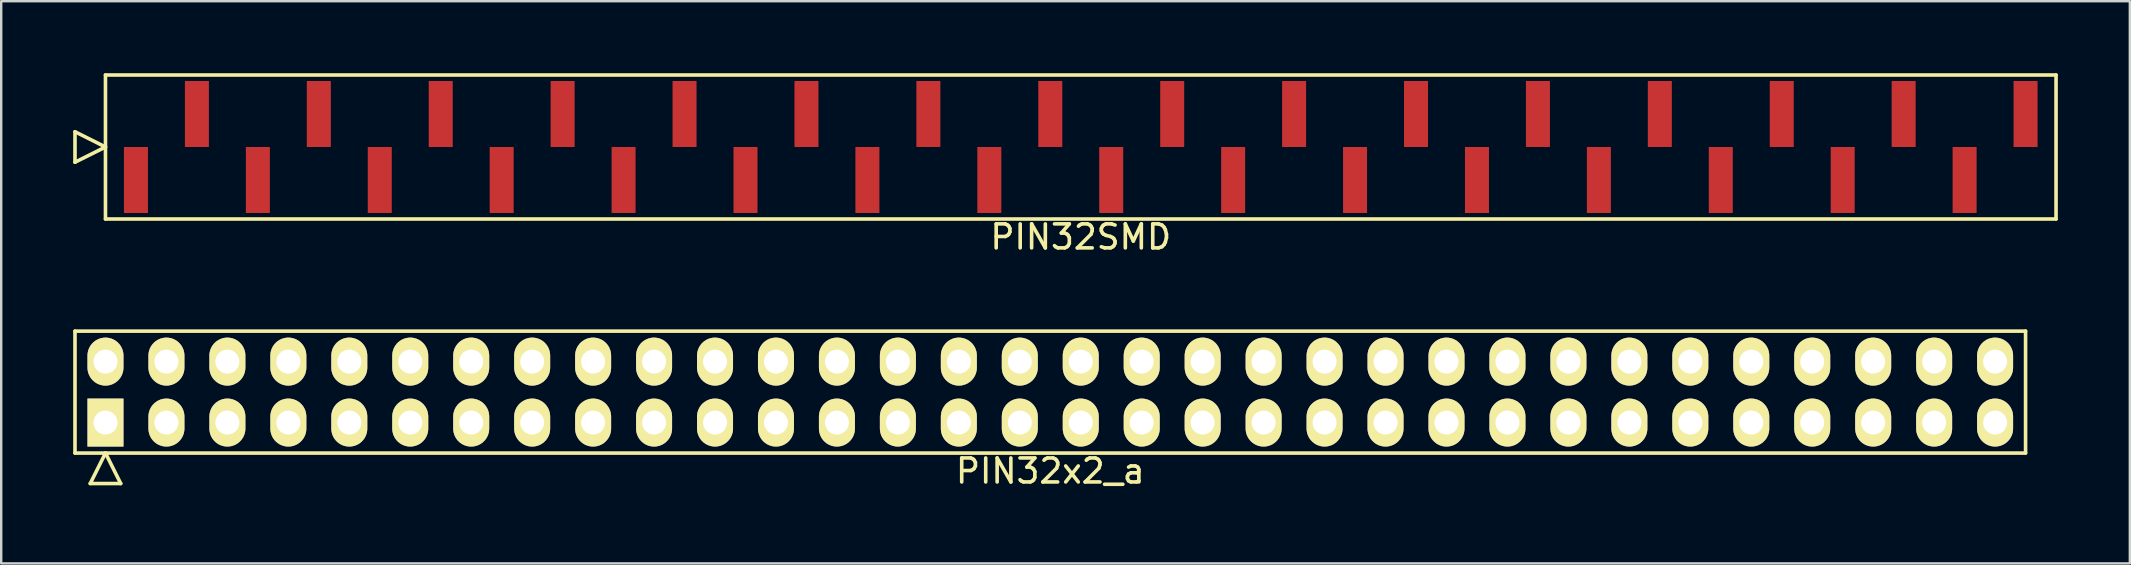
<source format=kicad_pcb>
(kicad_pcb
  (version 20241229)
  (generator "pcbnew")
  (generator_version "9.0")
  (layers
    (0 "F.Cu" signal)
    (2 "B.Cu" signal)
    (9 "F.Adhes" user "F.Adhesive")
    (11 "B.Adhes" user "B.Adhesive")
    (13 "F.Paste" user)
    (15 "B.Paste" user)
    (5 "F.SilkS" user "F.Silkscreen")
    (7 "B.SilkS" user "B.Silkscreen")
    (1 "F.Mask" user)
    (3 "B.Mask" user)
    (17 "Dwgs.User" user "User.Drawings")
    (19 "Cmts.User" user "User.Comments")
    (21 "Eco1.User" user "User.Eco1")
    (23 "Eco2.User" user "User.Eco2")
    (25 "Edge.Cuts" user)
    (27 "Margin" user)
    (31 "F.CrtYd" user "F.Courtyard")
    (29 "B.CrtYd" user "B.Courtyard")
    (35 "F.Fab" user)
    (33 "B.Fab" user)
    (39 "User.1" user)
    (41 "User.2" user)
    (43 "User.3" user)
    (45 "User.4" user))
  (footprint "PIN32SMD"
    (layer "F.Cu")
    (at 41.985 3.075)
    (property "Reference" "PIN32SMD" (at 0 3.75 0) (layer "F.SilkS") (effects (font (size 1 1) (thickness 0.15))))
    (attr through_hole)
    (fp_line (start -41.91 0.635) (end -41.91 -0.635) (stroke (width 0.15) (type solid)) (layer "F.SilkS"))
    (fp_line (start -40.64 -3) (end -40.64 3) (stroke (width 0.15) (type solid)) (layer "F.SilkS"))
    (fp_line (start -40.64 0) (end -41.91 -0.635) (stroke (width 0.15) (type solid)) (layer "F.SilkS"))
    (fp_line (start -40.64 0) (end -41.91 0.635) (stroke (width 0.15) (type solid)) (layer "F.SilkS"))
    (fp_line (start -40.64 3) (end 40.64 3) (stroke (width 0.15) (type solid)) (layer "F.SilkS"))
    (fp_line (start 40.64 -3) (end -40.64 -3) (stroke (width 0.15) (type solid)) (layer "F.SilkS"))
    (fp_line (start 40.64 3) (end 40.64 -3) (stroke (width 0.15) (type solid)) (layer "F.SilkS"))
    (pad "1" smd rect (at -39.37 1.375) (size 1 2.75) (layers "F.Cu" "F.Mask" "F.Paste"))
    (pad "2" smd rect (at -36.83 -1.375) (size 1 2.75) (layers "F.Cu" "F.Mask" "F.Paste"))
    (pad "3" smd rect (at -34.29 1.375) (size 1 2.75) (layers "F.Cu" "F.Mask" "F.Paste"))
    (pad "4" smd rect (at -31.75 -1.375) (size 1 2.75) (layers "F.Cu" "F.Mask" "F.Paste"))
    (pad "5" smd rect (at -29.21 1.375) (size 1 2.75) (layers "F.Cu" "F.Mask" "F.Paste"))
    (pad "6" smd rect (at -26.67 -1.375) (size 1 2.75) (layers "F.Cu" "F.Mask" "F.Paste"))
    (pad "7" smd rect (at -24.13 1.375) (size 1 2.75) (layers "F.Cu" "F.Mask" "F.Paste"))
    (pad "8" smd rect (at -21.59 -1.375) (size 1 2.75) (layers "F.Cu" "F.Mask" "F.Paste"))
    (pad "9" smd rect (at -19.05 1.375) (size 1 2.75) (layers "F.Cu" "F.Mask" "F.Paste"))
    (pad "10" smd rect (at -16.51 -1.375) (size 1 2.75) (layers "F.Cu" "F.Mask" "F.Paste"))
    (pad "11" smd rect (at -13.97 1.375) (size 1 2.75) (layers "F.Cu" "F.Mask" "F.Paste"))
    (pad "12" smd rect (at -11.43 -1.375) (size 1 2.75) (layers "F.Cu" "F.Mask" "F.Paste"))
    (pad "13" smd rect (at -8.89 1.375) (size 1 2.75) (layers "F.Cu" "F.Mask" "F.Paste"))
    (pad "14" smd rect (at -6.35 -1.375) (size 1 2.75) (layers "F.Cu" "F.Mask" "F.Paste"))
    (pad "15" smd rect (at -3.81 1.375) (size 1 2.75) (layers "F.Cu" "F.Mask" "F.Paste"))
    (pad "16" smd rect (at -1.27 -1.375) (size 1 2.75) (layers "F.Cu" "F.Mask" "F.Paste"))
    (pad "17" smd rect (at 1.27 1.375) (size 1 2.75) (layers "F.Cu" "F.Mask" "F.Paste"))
    (pad "18" smd rect (at 3.81 -1.375) (size 1 2.75) (layers "F.Cu" "F.Mask" "F.Paste"))
    (pad "19" smd rect (at 6.35 1.375) (size 1 2.75) (layers "F.Cu" "F.Mask" "F.Paste"))
    (pad "20" smd rect (at 8.89 -1.375) (size 1 2.75) (layers "F.Cu" "F.Mask" "F.Paste"))
    (pad "21" smd rect (at 11.43 1.375) (size 1 2.75) (layers "F.Cu" "F.Mask" "F.Paste"))
    (pad "22" smd rect (at 13.97 -1.375) (size 1 2.75) (layers "F.Cu" "F.Mask" "F.Paste"))
    (pad "23" smd rect (at 16.51 1.375) (size 1 2.75) (layers "F.Cu" "F.Mask" "F.Paste"))
    (pad "24" smd rect (at 19.05 -1.375) (size 1 2.75) (layers "F.Cu" "F.Mask" "F.Paste"))
    (pad "25" smd rect (at 21.59 1.375) (size 1 2.75) (layers "F.Cu" "F.Mask" "F.Paste"))
    (pad "26" smd rect (at 24.13 -1.375) (size 1 2.75) (layers "F.Cu" "F.Mask" "F.Paste"))
    (pad "27" smd rect (at 26.67 1.375) (size 1 2.75) (layers "F.Cu" "F.Mask" "F.Paste"))
    (pad "28" smd rect (at 29.21 -1.375) (size 1 2.75) (layers "F.Cu" "F.Mask" "F.Paste"))
    (pad "29" smd rect (at 31.75 1.375) (size 1 2.75) (layers "F.Cu" "F.Mask" "F.Paste"))
    (pad "30" smd rect (at 34.29 -1.375) (size 1 2.75) (layers "F.Cu" "F.Mask" "F.Paste"))
    (pad "31" smd rect (at 36.83 1.375) (size 1 2.75) (layers "F.Cu" "F.Mask" "F.Paste"))
    (pad "32" smd rect (at 39.37 -1.375) (size 1 2.75) (layers "F.Cu" "F.Mask" "F.Paste")))
  (footprint "PIN32x2_a"
    (layer "F.Cu")
    (at 40.715 13.288)
    (property "Reference" "PIN32x2_a" (at 0 3.29 0) (layer "F.SilkS") (effects (font (size 1 1) (thickness 0.15))))
    (attr through_hole)
    (fp_line (start -40.64 -2.54) (end -40.64 2.54) (stroke (width 0.15) (type solid)) (layer "F.SilkS"))
    (fp_line (start -40.64 2.54) (end 40.64 2.54) (stroke (width 0.15) (type solid)) (layer "F.SilkS"))
    (fp_line (start -40.005 3.81) (end -39.37 2.54) (stroke (width 0.15) (type solid)) (layer "F.SilkS"))
    (fp_line (start -40.005 3.81) (end -38.735 3.81) (stroke (width 0.15) (type solid)) (layer "F.SilkS"))
    (fp_line (start -38.735 3.81) (end -39.37 2.54) (stroke (width 0.15) (type solid)) (layer "F.SilkS"))
    (fp_line (start 40.64 -2.54) (end -40.64 -2.54) (stroke (width 0.15) (type solid)) (layer "F.SilkS"))
    (fp_line (start 40.64 2.54) (end 40.64 -2.54) (stroke (width 0.15) (type solid)) (layer "F.SilkS"))
    (pad "1" thru_hole rect (at -39.37 1.27) (size 1.5 2) (drill 1) (layers "*.Cu" "*.Mask" "F.SilkS"))
    (pad "2" thru_hole oval (at -39.37 -1.27) (size 1.5 2) (drill 1) (layers "*.Cu" "*.Mask" "F.SilkS"))
    (pad "3" thru_hole oval (at -36.83 1.27) (size 1.5 2) (drill 1) (layers "*.Cu" "*.Mask" "F.SilkS"))
    (pad "4" thru_hole oval (at -36.83 -1.27) (size 1.5 2) (drill 1) (layers "*.Cu" "*.Mask" "F.SilkS"))
    (pad "5" thru_hole oval (at -34.29 1.27) (size 1.5 2) (drill 1) (layers "*.Cu" "*.Mask" "F.SilkS"))
    (pad "6" thru_hole oval (at -34.29 -1.27) (size 1.5 2) (drill 1) (layers "*.Cu" "*.Mask" "F.SilkS"))
    (pad "7" thru_hole oval (at -31.75 1.27) (size 1.5 2) (drill 1) (layers "*.Cu" "*.Mask" "F.SilkS"))
    (pad "8" thru_hole oval (at -31.75 -1.27) (size 1.5 2) (drill 1) (layers "*.Cu" "*.Mask" "F.SilkS"))
    (pad "9" thru_hole oval (at -29.21 1.27) (size 1.5 2) (drill 1) (layers "*.Cu" "*.Mask" "F.SilkS"))
    (pad "10" thru_hole oval (at -29.21 -1.27) (size 1.5 2) (drill 1) (layers "*.Cu" "*.Mask" "F.SilkS"))
    (pad "11" thru_hole oval (at -26.67 1.27) (size 1.5 2) (drill 1) (layers "*.Cu" "*.Mask" "F.SilkS"))
    (pad "12" thru_hole oval (at -26.67 -1.27) (size 1.5 2) (drill 1) (layers "*.Cu" "*.Mask" "F.SilkS"))
    (pad "13" thru_hole oval (at -24.13 1.27) (size 1.5 2) (drill 1) (layers "*.Cu" "*.Mask" "F.SilkS"))
    (pad "14" thru_hole oval (at -24.13 -1.27) (size 1.5 2) (drill 1) (layers "*.Cu" "*.Mask" "F.SilkS"))
    (pad "15" thru_hole oval (at -21.59 1.27) (size 1.5 2) (drill 1) (layers "*.Cu" "*.Mask" "F.SilkS"))
    (pad "16" thru_hole oval (at -21.59 -1.27) (size 1.5 2) (drill 1) (layers "*.Cu" "*.Mask" "F.SilkS"))
    (pad "17" thru_hole oval (at -19.05 1.27) (size 1.5 2) (drill 1) (layers "*.Cu" "*.Mask" "F.SilkS"))
    (pad "18" thru_hole oval (at -19.05 -1.27) (size 1.5 2) (drill 1) (layers "*.Cu" "*.Mask" "F.SilkS"))
    (pad "19" thru_hole oval (at -16.51 1.27) (size 1.5 2) (drill 1) (layers "*.Cu" "*.Mask" "F.SilkS"))
    (pad "20" thru_hole oval (at -16.51 -1.27) (size 1.5 2) (drill 1) (layers "*.Cu" "*.Mask" "F.SilkS"))
    (pad "21" thru_hole oval (at -13.97 1.27) (size 1.5 2) (drill 1) (layers "*.Cu" "*.Mask" "F.SilkS"))
    (pad "22" thru_hole oval (at -13.97 -1.27) (size 1.5 2) (drill 1) (layers "*.Cu" "*.Mask" "F.SilkS"))
    (pad "23" thru_hole oval (at -11.43 1.27) (size 1.5 2) (drill 1) (layers "*.Cu" "*.Mask" "F.SilkS"))
    (pad "24" thru_hole oval (at -11.43 -1.27) (size 1.5 2) (drill 1) (layers "*.Cu" "*.Mask" "F.SilkS"))
    (pad "25" thru_hole oval (at -8.89 1.27) (size 1.5 2) (drill 1) (layers "*.Cu" "*.Mask" "F.SilkS"))
    (pad "26" thru_hole oval (at -8.89 -1.27) (size 1.5 2) (drill 1) (layers "*.Cu" "*.Mask" "F.SilkS"))
    (pad "27" thru_hole oval (at -6.35 1.27) (size 1.5 2) (drill 1) (layers "*.Cu" "*.Mask" "F.SilkS"))
    (pad "28" thru_hole oval (at -6.35 -1.27) (size 1.5 2) (drill 1) (layers "*.Cu" "*.Mask" "F.SilkS"))
    (pad "29" thru_hole oval (at -3.81 1.27) (size 1.5 2) (drill 1) (layers "*.Cu" "*.Mask" "F.SilkS"))
    (pad "30" thru_hole oval (at -3.81 -1.27) (size 1.5 2) (drill 1) (layers "*.Cu" "*.Mask" "F.SilkS"))
    (pad "31" thru_hole oval (at -1.27 1.27) (size 1.5 2) (drill 1) (layers "*.Cu" "*.Mask" "F.SilkS"))
    (pad "32" thru_hole oval (at -1.27 -1.27) (size 1.5 2) (drill 1) (layers "*.Cu" "*.Mask" "F.SilkS"))
    (pad "33" thru_hole oval (at 1.27 1.27) (size 1.5 2) (drill 1) (layers "*.Cu" "*.Mask" "F.SilkS"))
    (pad "34" thru_hole oval (at 1.27 -1.27) (size 1.5 2) (drill 1) (layers "*.Cu" "*.Mask" "F.SilkS"))
    (pad "35" thru_hole oval (at 3.81 1.27) (size 1.5 2) (drill 1) (layers "*.Cu" "*.Mask" "F.SilkS"))
    (pad "36" thru_hole oval (at 3.81 -1.27) (size 1.5 2) (drill 1) (layers "*.Cu" "*.Mask" "F.SilkS"))
    (pad "37" thru_hole oval (at 6.35 1.27) (size 1.5 2) (drill 1) (layers "*.Cu" "*.Mask" "F.SilkS"))
    (pad "38" thru_hole oval (at 6.35 -1.27) (size 1.5 2) (drill 1) (layers "*.Cu" "*.Mask" "F.SilkS"))
    (pad "39" thru_hole oval (at 8.89 1.27) (size 1.5 2) (drill 1) (layers "*.Cu" "*.Mask" "F.SilkS"))
    (pad "40" thru_hole oval (at 8.89 -1.27) (size 1.5 2) (drill 1) (layers "*.Cu" "*.Mask" "F.SilkS"))
    (pad "41" thru_hole oval (at 11.43 1.27) (size 1.5 2) (drill 1) (layers "*.Cu" "*.Mask" "F.SilkS"))
    (pad "42" thru_hole oval (at 11.43 -1.27) (size 1.5 2) (drill 1) (layers "*.Cu" "*.Mask" "F.SilkS"))
    (pad "43" thru_hole oval (at 13.97 1.27) (size 1.5 2) (drill 1) (layers "*.Cu" "*.Mask" "F.SilkS"))
    (pad "44" thru_hole oval (at 13.97 -1.27) (size 1.5 2) (drill 1) (layers "*.Cu" "*.Mask" "F.SilkS"))
    (pad "45" thru_hole oval (at 16.51 1.27) (size 1.5 2) (drill 1) (layers "*.Cu" "*.Mask" "F.SilkS"))
    (pad "46" thru_hole oval (at 16.51 -1.27) (size 1.5 2) (drill 1) (layers "*.Cu" "*.Mask" "F.SilkS"))
    (pad "47" thru_hole oval (at 19.05 1.27) (size 1.5 2) (drill 1) (layers "*.Cu" "*.Mask" "F.SilkS"))
    (pad "48" thru_hole oval (at 19.05 -1.27) (size 1.5 2) (drill 1) (layers "*.Cu" "*.Mask" "F.SilkS"))
    (pad "49" thru_hole oval (at 21.59 1.27) (size 1.5 2) (drill 1) (layers "*.Cu" "*.Mask" "F.SilkS"))
    (pad "50" thru_hole oval (at 21.59 -1.27) (size 1.5 2) (drill 1) (layers "*.Cu" "*.Mask" "F.SilkS"))
    (pad "51" thru_hole oval (at 24.13 1.27) (size 1.5 2) (drill 1) (layers "*.Cu" "*.Mask" "F.SilkS"))
    (pad "52" thru_hole oval (at 24.13 -1.27) (size 1.5 2) (drill 1) (layers "*.Cu" "*.Mask" "F.SilkS"))
    (pad "53" thru_hole oval (at 26.67 1.27) (size 1.5 2) (drill 1) (layers "*.Cu" "*.Mask" "F.SilkS"))
    (pad "54" thru_hole oval (at 26.67 -1.27) (size 1.5 2) (drill 1) (layers "*.Cu" "*.Mask" "F.SilkS"))
    (pad "55" thru_hole oval (at 29.21 1.27) (size 1.5 2) (drill 1) (layers "*.Cu" "*.Mask" "F.SilkS"))
    (pad "56" thru_hole oval (at 29.21 -1.27) (size 1.5 2) (drill 1) (layers "*.Cu" "*.Mask" "F.SilkS"))
    (pad "57" thru_hole oval (at 31.75 1.27) (size 1.5 2) (drill 1) (layers "*.Cu" "*.Mask" "F.SilkS"))
    (pad "58" thru_hole oval (at 31.75 -1.27) (size 1.5 2) (drill 1) (layers "*.Cu" "*.Mask" "F.SilkS"))
    (pad "59" thru_hole oval (at 34.29 1.27) (size 1.5 2) (drill 1) (layers "*.Cu" "*.Mask" "F.SilkS"))
    (pad "60" thru_hole oval (at 34.29 -1.27) (size 1.5 2) (drill 1) (layers "*.Cu" "*.Mask" "F.SilkS"))
    (pad "61" thru_hole oval (at 36.83 1.27) (size 1.5 2) (drill 1) (layers "*.Cu" "*.Mask" "F.SilkS"))
    (pad "62" thru_hole oval (at 36.83 -1.27) (size 1.5 2) (drill 1) (layers "*.Cu" "*.Mask" "F.SilkS"))
    (pad "63" thru_hole oval (at 39.37 1.27) (size 1.5 2) (drill 1) (layers "*.Cu" "*.Mask" "F.SilkS"))
    (pad "64" thru_hole oval (at 39.37 -1.27) (size 1.5 2) (drill 1) (layers "*.Cu" "*.Mask" "F.SilkS")))
  (gr_rect
    (start -3 -3)
    (end 85.7 20.427)
    (stroke (width 0.1) (type default))
    (fill no)
    (layer "Edge.Cuts")))
</source>
